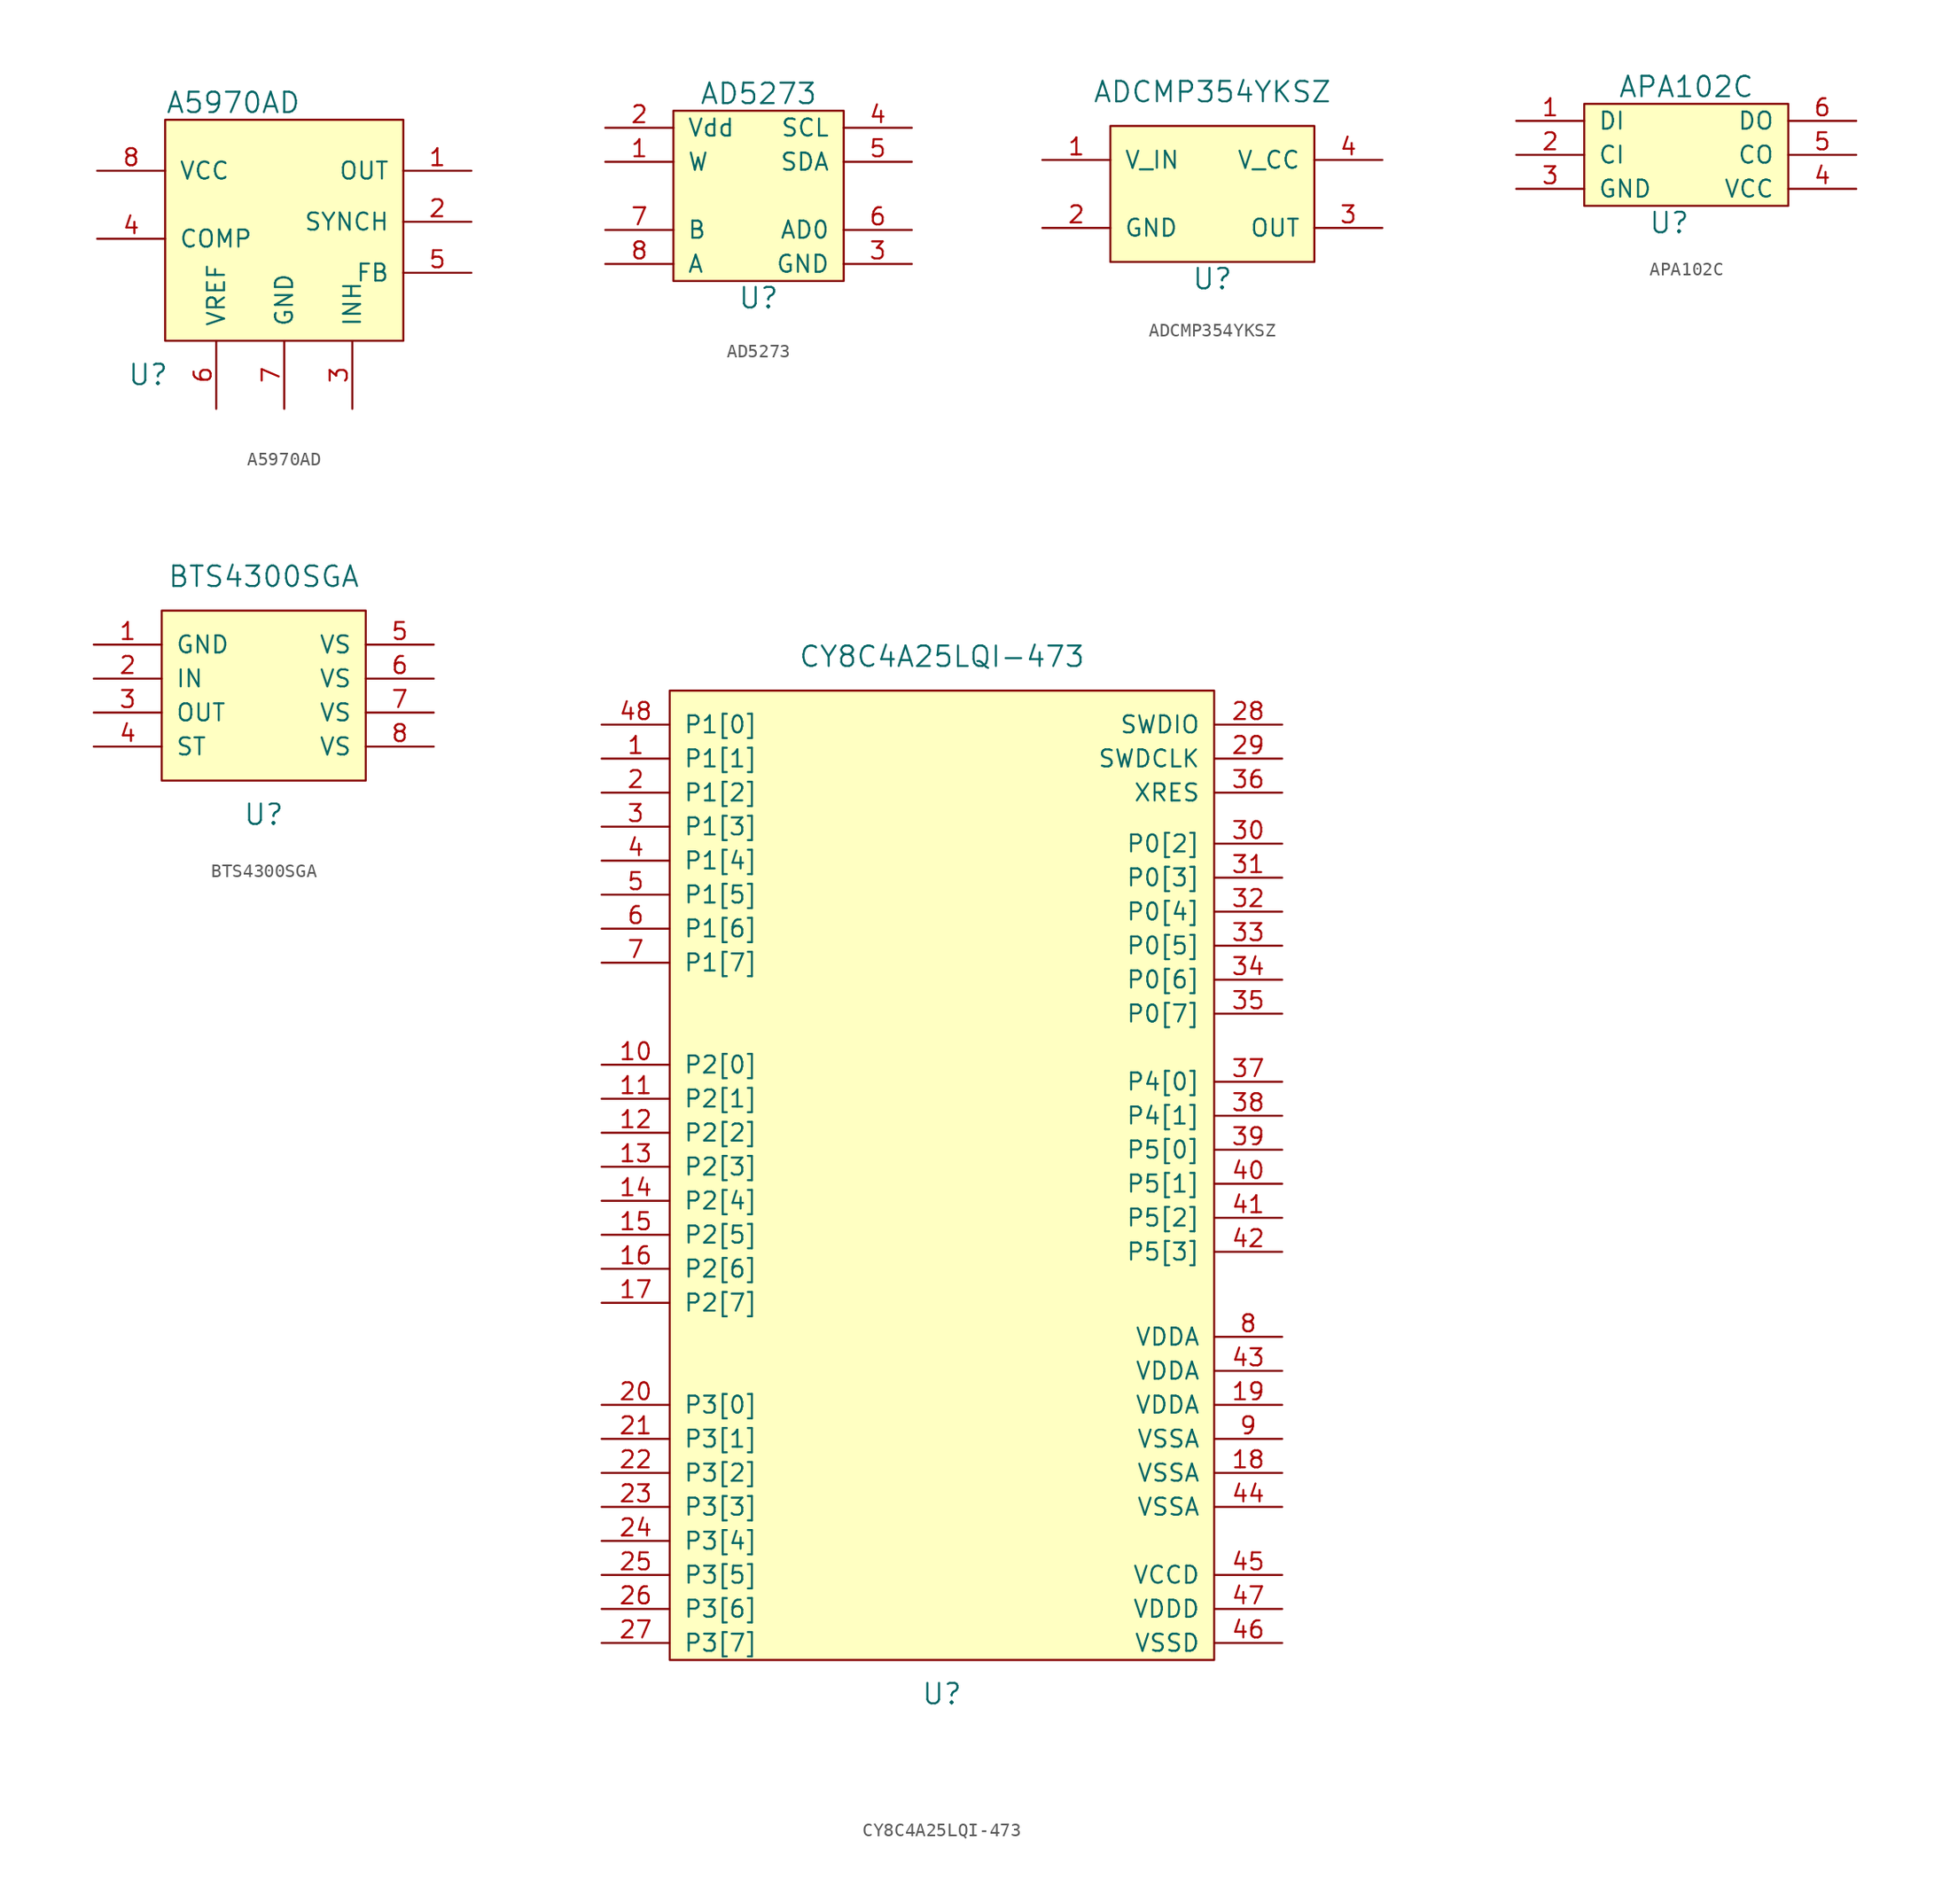
<source format=kicad_sym>
(kicad_symbol_lib
  (version 20220914)
  (generator kicad_symbol_editor)
  (symbol "A5970AD"
    (pin_names
      (offset 1.016))
    (property "Reference" "U"
      (at -10.16 -12.7 0)
      (effects (font (size 1.524 1.524))))
    (property "Value" "A5970AD"
      (at -3.81 7.62 0)
      (effects (font (size 1.524 1.524))))
    (property "Footprint" ""
      (at 0 0 0)
      (effects (font (size 1.524 1.524))))
    (property "Datasheet" ""
      (at 0 0 0)
      (effects (font (size 1.524 1.524))))
    (symbol "A5970AD_0_1"
      (rectangle (start -8.89 6.35) (end 8.89 -10.16) (stroke (width 0) (type solid)) (fill (type background))))
    (symbol "A5970AD_1_1"
      (pin input line (at 13.97 2.54 180) (length 5.08) (name "OUT" (effects (font (size 1.27 1.27)))) (number "1" (effects (font (size 1.27 1.27)))))
      (pin input line (at 13.97 -1.27 180) (length 5.08) (name "SYNCH" (effects (font (size 1.27 1.27)))) (number "2" (effects (font (size 1.27 1.27)))))
      (pin input line (at 5.08 -15.24 90) (length 5.08) (name "INH" (effects (font (size 1.27 1.27)))) (number "3" (effects (font (size 1.27 1.27)))))
      (pin input line (at -13.97 -2.54 0) (length 5.08) (name "COMP" (effects (font (size 1.27 1.27)))) (number "4" (effects (font (size 1.27 1.27)))))
      (pin input line (at 13.97 -5.08 180) (length 5.08) (name "FB" (effects (font (size 1.27 1.27)))) (number "5" (effects (font (size 1.27 1.27)))))
      (pin input line (at -5.08 -15.24 90) (length 5.08) (name "VREF" (effects (font (size 1.27 1.27)))) (number "6" (effects (font (size 1.27 1.27)))))
      (pin input line (at 0 -15.24 90) (length 5.08) (name "GND" (effects (font (size 1.27 1.27)))) (number "7" (effects (font (size 1.27 1.27)))))
      (pin input line (at -13.97 2.54 0) (length 5.08) (name "VCC" (effects (font (size 1.27 1.27)))) (number "8" (effects (font (size 1.27 1.27)))))))
  (symbol "AD5273"
    (pin_names
      (offset 1.016))
    (property "Reference" "U"
      (at 0 -7.62 0)
      (effects (font (size 1.524 1.524))))
    (property "Value" "AD5273"
      (at 0 7.62 0)
      (effects (font (size 1.524 1.524))))
    (property "Datasheet" ""
      (at 0 0 0)
      (effects (font (size 1.524 1.524))))
    (symbol "AD5273_0_1"
      (rectangle (start 6.35 6.35) (end -6.35 -6.35) (stroke (width 0) (type solid)) (fill (type background))))
    (symbol "AD5273_1_1"
      (pin passive line (at -11.43 2.54 0) (length 5.08) (name "W" (effects (font (size 1.27 1.27)))) (number "1" (effects (font (size 1.27 1.27)))))
      (pin power_in line (at -11.43 5.08 0) (length 5.08) (name "Vdd" (effects (font (size 1.27 1.27)))) (number "2" (effects (font (size 1.27 1.27)))))
      (pin power_in line (at 11.43 -5.08 180) (length 5.08) (name "GND" (effects (font (size 1.27 1.27)))) (number "3" (effects (font (size 1.27 1.27)))))
      (pin input line (at 11.43 5.08 180) (length 5.08) (name "SCL" (effects (font (size 1.27 1.27)))) (number "4" (effects (font (size 1.27 1.27)))))
      (pin bidirectional line (at 11.43 2.54 180) (length 5.08) (name "SDA" (effects (font (size 1.27 1.27)))) (number "5" (effects (font (size 1.27 1.27)))))
      (pin input line (at 11.43 -2.54 180) (length 5.08) (name "AD0" (effects (font (size 1.27 1.27)))) (number "6" (effects (font (size 1.27 1.27)))))
      (pin passive line (at -11.43 -2.54 0) (length 5.08) (name "B" (effects (font (size 1.27 1.27)))) (number "7" (effects (font (size 1.27 1.27)))))
      (pin passive line (at -11.43 -5.08 0) (length 5.08) (name "A" (effects (font (size 1.27 1.27)))) (number "8" (effects (font (size 1.27 1.27)))))))
  (symbol "ADCMP354YKSZ"
    (pin_names
      (offset 1.016))
    (property "Reference" "U"
      (at 0 -6.35 0)
      (effects (font (size 1.524 1.524))))
    (property "Value" "ADCMP354YKSZ"
      (at 0 7.62 0)
      (effects (font (size 1.524 1.524))))
    (symbol "ADCMP354YKSZ_0_1"
      (rectangle (start -7.62 5.08) (end 7.62 -5.08) (stroke (width 0) (type solid)) (fill (type background))))
    (symbol "ADCMP354YKSZ_1_1"
      (pin input line (at -12.7 2.54 0) (length 5.08) (name "V_IN" (effects (font (size 1.27 1.27)))) (number "1" (effects (font (size 1.27 1.27)))))
      (pin input line (at -12.7 -2.54 0) (length 5.08) (name "GND" (effects (font (size 1.27 1.27)))) (number "2" (effects (font (size 1.27 1.27)))))
      (pin output line (at 12.7 -2.54 180) (length 5.08) (name "OUT" (effects (font (size 1.27 1.27)))) (number "3" (effects (font (size 1.27 1.27)))))
      (pin input line (at 12.7 2.54 180) (length 5.08) (name "V_CC" (effects (font (size 1.27 1.27)))) (number "4" (effects (font (size 1.27 1.27)))))))
  (symbol "APA102C"
    (pin_names
      (offset 1.016))
    (property "Reference" "U"
      (at -1.27 -5.08 0)
      (effects (font (size 1.524 1.524))))
    (property "Value" "APA102C"
      (at 0 5.08 0)
      (effects (font (size 1.524 1.524))))
    (symbol "APA102C_0_1"
      (rectangle (start -7.62 3.81) (end 7.62 -3.81) (stroke (width 0) (type solid)) (fill (type background))))
    (symbol "APA102C_1_1"
      (pin input line (at -12.7 2.54 0) (length 5.08) (name "DI" (effects (font (size 1.27 1.27)))) (number "1" (effects (font (size 1.27 1.27)))))
      (pin input line (at -12.7 0 0) (length 5.08) (name "CI" (effects (font (size 1.27 1.27)))) (number "2" (effects (font (size 1.27 1.27)))))
      (pin power_in line (at -12.7 -2.54 0) (length 5.08) (name "GND" (effects (font (size 1.27 1.27)))) (number "3" (effects (font (size 1.27 1.27)))))
      (pin power_in line (at 12.7 -2.54 180) (length 5.08) (name "VCC" (effects (font (size 1.27 1.27)))) (number "4" (effects (font (size 1.27 1.27)))))
      (pin output line (at 12.7 0 180) (length 5.08) (name "CO" (effects (font (size 1.27 1.27)))) (number "5" (effects (font (size 1.27 1.27)))))
      (pin output line (at 12.7 2.54 180) (length 5.08) (name "DO" (effects (font (size 1.27 1.27)))) (number "6" (effects (font (size 1.27 1.27)))))))
  (symbol "BTS4300SGA"
    (pin_names
      (offset 1.016))
    (property "Reference" "U"
      (at 0 -8.89 0)
      (effects (font (size 1.524 1.524))))
    (property "Value" "BTS4300SGA"
      (at 0 8.89 0)
      (effects (font (size 1.524 1.524))))
    (symbol "BTS4300SGA_0_1"
      (rectangle (start -7.62 6.35) (end 7.62 -6.35) (stroke (width 0) (type solid)) (fill (type background))))
    (symbol "BTS4300SGA_1_1"
      (pin input line (at -12.7 3.81 0) (length 5.08) (name "GND" (effects (font (size 1.27 1.27)))) (number "1" (effects (font (size 1.27 1.27)))))
      (pin input line (at -12.7 1.27 0) (length 5.08) (name "IN" (effects (font (size 1.27 1.27)))) (number "2" (effects (font (size 1.27 1.27)))))
      (pin output line (at -12.7 -1.27 0) (length 5.08) (name "OUT" (effects (font (size 1.27 1.27)))) (number "3" (effects (font (size 1.27 1.27)))))
      (pin input line (at -12.7 -3.81 0) (length 5.08) (name "ST" (effects (font (size 1.27 1.27)))) (number "4" (effects (font (size 1.27 1.27)))))
      (pin input line (at 12.7 3.81 180) (length 5.08) (name "VS" (effects (font (size 1.27 1.27)))) (number "5" (effects (font (size 1.27 1.27)))))
      (pin input line (at 12.7 1.27 180) (length 5.08) (name "VS" (effects (font (size 1.27 1.27)))) (number "6" (effects (font (size 1.27 1.27)))))
      (pin input line (at 12.7 -1.27 180) (length 5.08) (name "VS" (effects (font (size 1.27 1.27)))) (number "7" (effects (font (size 1.27 1.27)))))
      (pin input line (at 12.7 -3.81 180) (length 5.08) (name "VS" (effects (font (size 1.27 1.27)))) (number "8" (effects (font (size 1.27 1.27)))))))
  (symbol "CY8C4A25LQI-473"
    (pin_names
      (offset 1.016))
    (property "Reference" "U"
      (at 0 -44.45 0)
      (effects (font (size 1.524 1.524))))
    (property "Value" "CY8C4A25LQI-473"
      (at 0 33.02 0)
      (effects (font (size 1.524 1.524))))
    (symbol "CY8C4A25LQI-473_0_1"
      (rectangle (start -20.32 30.48) (end 20.32 -41.91) (stroke (width 0) (type solid)) (fill (type background))))
    (symbol "CY8C4A25LQI-473_1_1"
      (pin bidirectional line (at -25.4 25.4 0) (length 5.08) (name "P1[1]" (effects (font (size 1.27 1.27)))) (number "1" (effects (font (size 1.27 1.27)))))
      (pin bidirectional line (at -25.4 2.54 0) (length 5.08) (name "P2[0]" (effects (font (size 1.27 1.27)))) (number "10" (effects (font (size 1.27 1.27)))))
      (pin bidirectional line (at -25.4 0 0) (length 5.08) (name "P2[1]" (effects (font (size 1.27 1.27)))) (number "11" (effects (font (size 1.27 1.27)))))
      (pin bidirectional line (at -25.4 -2.54 0) (length 5.08) (name "P2[2]" (effects (font (size 1.27 1.27)))) (number "12" (effects (font (size 1.27 1.27)))))
      (pin bidirectional line (at -25.4 -5.08 0) (length 5.08) (name "P2[3]" (effects (font (size 1.27 1.27)))) (number "13" (effects (font (size 1.27 1.27)))))
      (pin bidirectional line (at -25.4 -7.62 0) (length 5.08) (name "P2[4]" (effects (font (size 1.27 1.27)))) (number "14" (effects (font (size 1.27 1.27)))))
      (pin bidirectional line (at -25.4 -10.16 0) (length 5.08) (name "P2[5]" (effects (font (size 1.27 1.27)))) (number "15" (effects (font (size 1.27 1.27)))))
      (pin bidirectional line (at -25.4 -12.7 0) (length 5.08) (name "P2[6]" (effects (font (size 1.27 1.27)))) (number "16" (effects (font (size 1.27 1.27)))))
      (pin bidirectional line (at -25.4 -15.24 0) (length 5.08) (name "P2[7]" (effects (font (size 1.27 1.27)))) (number "17" (effects (font (size 1.27 1.27)))))
      (pin bidirectional line (at 25.4 -27.94 180) (length 5.08) (name "VSSA" (effects (font (size 1.27 1.27)))) (number "18" (effects (font (size 1.27 1.27)))))
      (pin bidirectional line (at 25.4 -22.86 180) (length 5.08) (name "VDDA" (effects (font (size 1.27 1.27)))) (number "19" (effects (font (size 1.27 1.27)))))
      (pin bidirectional line (at -25.4 22.86 0) (length 5.08) (name "P1[2]" (effects (font (size 1.27 1.27)))) (number "2" (effects (font (size 1.27 1.27)))))
      (pin bidirectional line (at -25.4 -22.86 0) (length 5.08) (name "P3[0]" (effects (font (size 1.27 1.27)))) (number "20" (effects (font (size 1.27 1.27)))))
      (pin bidirectional line (at -25.4 -25.4 0) (length 5.08) (name "P3[1]" (effects (font (size 1.27 1.27)))) (number "21" (effects (font (size 1.27 1.27)))))
      (pin bidirectional line (at -25.4 -27.94 0) (length 5.08) (name "P3[2]" (effects (font (size 1.27 1.27)))) (number "22" (effects (font (size 1.27 1.27)))))
      (pin bidirectional line (at -25.4 -30.48 0) (length 5.08) (name "P3[3]" (effects (font (size 1.27 1.27)))) (number "23" (effects (font (size 1.27 1.27)))))
      (pin bidirectional line (at -25.4 -33.02 0) (length 5.08) (name "P3[4]" (effects (font (size 1.27 1.27)))) (number "24" (effects (font (size 1.27 1.27)))))
      (pin bidirectional line (at -25.4 -35.56 0) (length 5.08) (name "P3[5]" (effects (font (size 1.27 1.27)))) (number "25" (effects (font (size 1.27 1.27)))))
      (pin bidirectional line (at -25.4 -38.1 0) (length 5.08) (name "P3[6]" (effects (font (size 1.27 1.27)))) (number "26" (effects (font (size 1.27 1.27)))))
      (pin bidirectional line (at -25.4 -40.64 0) (length 5.08) (name "P3[7]" (effects (font (size 1.27 1.27)))) (number "27" (effects (font (size 1.27 1.27)))))
      (pin bidirectional line (at 25.4 27.94 180) (length 5.08) (name "SWDIO" (effects (font (size 1.27 1.27)))) (number "28" (effects (font (size 1.27 1.27)))))
      (pin bidirectional line (at 25.4 25.4 180) (length 5.08) (name "SWDCLK" (effects (font (size 1.27 1.27)))) (number "29" (effects (font (size 1.27 1.27)))))
      (pin bidirectional line (at -25.4 20.32 0) (length 5.08) (name "P1[3]" (effects (font (size 1.27 1.27)))) (number "3" (effects (font (size 1.27 1.27)))))
      (pin bidirectional line (at 25.4 19.05 180) (length 5.08) (name "P0[2]" (effects (font (size 1.27 1.27)))) (number "30" (effects (font (size 1.27 1.27)))))
      (pin bidirectional line (at 25.4 16.51 180) (length 5.08) (name "P0[3]" (effects (font (size 1.27 1.27)))) (number "31" (effects (font (size 1.27 1.27)))))
      (pin bidirectional line (at 25.4 13.97 180) (length 5.08) (name "P0[4]" (effects (font (size 1.27 1.27)))) (number "32" (effects (font (size 1.27 1.27)))))
      (pin bidirectional line (at 25.4 11.43 180) (length 5.08) (name "P0[5]" (effects (font (size 1.27 1.27)))) (number "33" (effects (font (size 1.27 1.27)))))
      (pin bidirectional line (at 25.4 8.89 180) (length 5.08) (name "P0[6]" (effects (font (size 1.27 1.27)))) (number "34" (effects (font (size 1.27 1.27)))))
      (pin bidirectional line (at 25.4 6.35 180) (length 5.08) (name "P0[7]" (effects (font (size 1.27 1.27)))) (number "35" (effects (font (size 1.27 1.27)))))
      (pin bidirectional line (at 25.4 22.86 180) (length 5.08) (name "XRES" (effects (font (size 1.27 1.27)))) (number "36" (effects (font (size 1.27 1.27)))))
      (pin bidirectional line (at 25.4 1.27 180) (length 5.08) (name "P4[0]" (effects (font (size 1.27 1.27)))) (number "37" (effects (font (size 1.27 1.27)))))
      (pin bidirectional line (at 25.4 -1.27 180) (length 5.08) (name "P4[1]" (effects (font (size 1.27 1.27)))) (number "38" (effects (font (size 1.27 1.27)))))
      (pin bidirectional line (at 25.4 -3.81 180) (length 5.08) (name "P5[0]" (effects (font (size 1.27 1.27)))) (number "39" (effects (font (size 1.27 1.27)))))
      (pin bidirectional line (at -25.4 17.78 0) (length 5.08) (name "P1[4]" (effects (font (size 1.27 1.27)))) (number "4" (effects (font (size 1.27 1.27)))))
      (pin bidirectional line (at 25.4 -6.35 180) (length 5.08) (name "P5[1]" (effects (font (size 1.27 1.27)))) (number "40" (effects (font (size 1.27 1.27)))))
      (pin bidirectional line (at 25.4 -8.89 180) (length 5.08) (name "P5[2]" (effects (font (size 1.27 1.27)))) (number "41" (effects (font (size 1.27 1.27)))))
      (pin bidirectional line (at 25.4 -11.43 180) (length 5.08) (name "P5[3]" (effects (font (size 1.27 1.27)))) (number "42" (effects (font (size 1.27 1.27)))))
      (pin bidirectional line (at 25.4 -20.32 180) (length 5.08) (name "VDDA" (effects (font (size 1.27 1.27)))) (number "43" (effects (font (size 1.27 1.27)))))
      (pin bidirectional line (at 25.4 -30.48 180) (length 5.08) (name "VSSA" (effects (font (size 1.27 1.27)))) (number "44" (effects (font (size 1.27 1.27)))))
      (pin bidirectional line (at 25.4 -35.56 180) (length 5.08) (name "VCCD" (effects (font (size 1.27 1.27)))) (number "45" (effects (font (size 1.27 1.27)))))
      (pin bidirectional line (at 25.4 -40.64 180) (length 5.08) (name "VSSD" (effects (font (size 1.27 1.27)))) (number "46" (effects (font (size 1.27 1.27)))))
      (pin bidirectional line (at 25.4 -38.1 180) (length 5.08) (name "VDDD" (effects (font (size 1.27 1.27)))) (number "47" (effects (font (size 1.27 1.27)))))
      (pin bidirectional line (at -25.4 27.94 0) (length 5.08) (name "P1[0]" (effects (font (size 1.27 1.27)))) (number "48" (effects (font (size 1.27 1.27)))))
      (pin bidirectional line (at -25.4 15.24 0) (length 5.08) (name "P1[5]" (effects (font (size 1.27 1.27)))) (number "5" (effects (font (size 1.27 1.27)))))
      (pin bidirectional line (at -25.4 12.7 0) (length 5.08) (name "P1[6]" (effects (font (size 1.27 1.27)))) (number "6" (effects (font (size 1.27 1.27)))))
      (pin bidirectional line (at -25.4 10.16 0) (length 5.08) (name "P1[7]" (effects (font (size 1.27 1.27)))) (number "7" (effects (font (size 1.27 1.27)))))
      (pin power_in line (at 25.4 -17.78 180) (length 5.08) (name "VDDA" (effects (font (size 1.27 1.27)))) (number "8" (effects (font (size 1.27 1.27)))))
      (pin power_in line (at 25.4 -25.4 180) (length 5.08) (name "VSSA" (effects (font (size 1.27 1.27)))) (number "9" (effects (font (size 1.27 1.27))))))))
</source>
